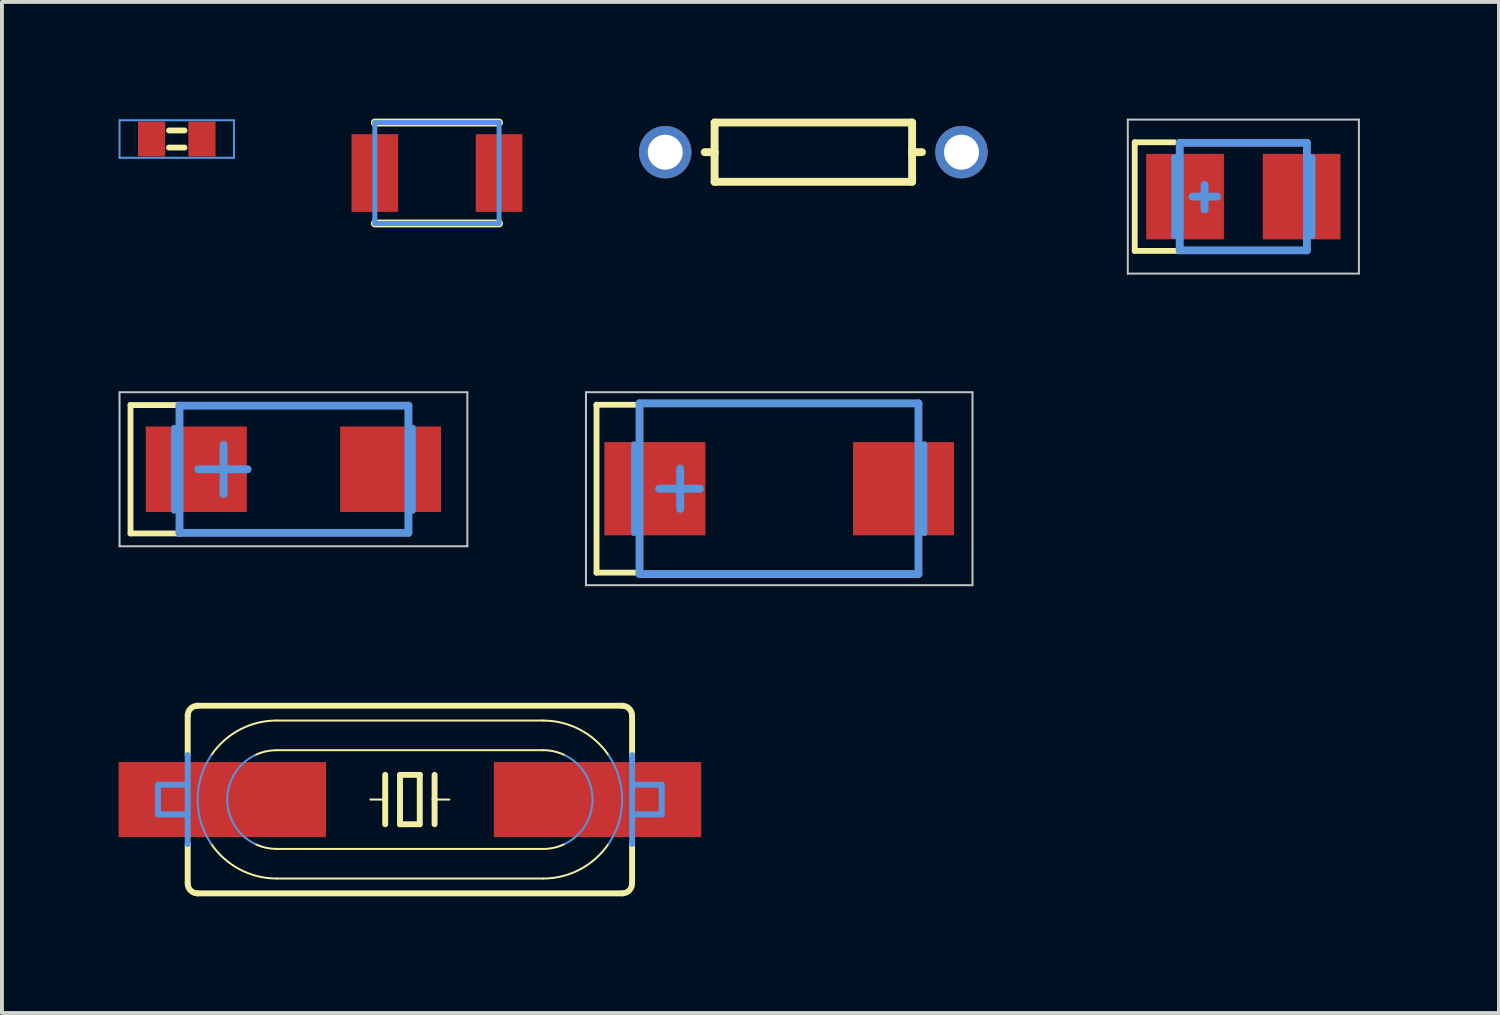
<source format=kicad_pcb>
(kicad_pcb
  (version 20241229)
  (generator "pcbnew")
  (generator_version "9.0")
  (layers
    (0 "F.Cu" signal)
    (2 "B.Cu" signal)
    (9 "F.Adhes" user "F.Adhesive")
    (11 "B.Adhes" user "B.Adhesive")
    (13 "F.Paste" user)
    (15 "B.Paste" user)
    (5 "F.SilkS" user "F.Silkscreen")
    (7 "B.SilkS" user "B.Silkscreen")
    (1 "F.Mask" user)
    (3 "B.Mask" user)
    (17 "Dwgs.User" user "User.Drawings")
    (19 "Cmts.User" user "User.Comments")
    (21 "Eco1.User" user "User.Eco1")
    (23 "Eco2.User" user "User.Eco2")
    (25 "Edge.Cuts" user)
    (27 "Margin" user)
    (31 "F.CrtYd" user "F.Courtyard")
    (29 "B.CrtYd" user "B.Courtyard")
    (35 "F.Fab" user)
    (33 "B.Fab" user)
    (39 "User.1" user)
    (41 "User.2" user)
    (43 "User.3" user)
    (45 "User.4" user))
  (footprint "1210"
    (layer "F.Cu")
    (at 8.189 1.4)
    (property "Reference" "1210" (at 0 0 0) (layer "Eco1.User") (effects (font (size 0.6 0.6) (thickness 0.1))))
    (attr through_hole)
    (fp_line (start -1.598 -1.298) (end 1.598 -1.298) (stroke (width 0.203) (type solid)) (layer "F.SilkS"))
    (fp_line (start -1.598 1.298) (end 1.598 1.298) (stroke (width 0.203) (type solid)) (layer "F.SilkS"))
    (fp_line (start -1.598 -1.298) (end 1.598 -1.298) (stroke (width 0.127) (type solid)) (layer "Cmts.User"))
    (fp_line (start -1.598 1.298) (end -1.598 -1.298) (stroke (width 0.127) (type solid)) (layer "Cmts.User"))
    (fp_line (start 1.598 -1.298) (end 1.598 1.298) (stroke (width 0.127) (type solid)) (layer "Cmts.User"))
    (fp_line (start 1.598 1.298) (end -1.598 1.298) (stroke (width 0.127) (type solid)) (layer "Cmts.User"))
    (pad "1" smd rect (at -1.598 0) (size 1.199 1.999) (layers "F.Cu" "F.Mask" "F.Paste"))
    (pad "2" smd rect (at 1.598 0) (size 1.199 1.999) (layers "F.Cu" "F.Mask" "F.Paste")))
  (footprint "CRYSTAL_HC49_SMD"
    (layer "F.Cu")
    (at 7.493 17.516)
    (property "Reference" "CRYSTAL_HC49_SMD" (at 0 -1.4 0) (layer "Eco1.User") (effects (font (size 0.6 0.6) (thickness 0.1))))
    (attr through_hole)
    (fp_line (start -5.715 -1.143) (end -5.715 -2.159) (stroke (width 0.152) (type solid)) (layer "F.SilkS"))
    (fp_line (start -5.715 2.159) (end -5.715 1.143) (stroke (width 0.152) (type solid)) (layer "F.SilkS"))
    (fp_line (start -3.429 -2.032) (end 3.429 -2.032) (stroke (width 0.051) (type solid)) (layer "F.SilkS"))
    (fp_line (start -3.429 -1.27) (end 3.429 -1.27) (stroke (width 0.051) (type solid)) (layer "F.SilkS"))
    (fp_line (start -0.635 -0.635) (end -0.635 0) (stroke (width 0.152) (type solid)) (layer "F.SilkS"))
    (fp_line (start -0.635 0) (end -1.016 0) (stroke (width 0.051) (type solid)) (layer "F.SilkS"))
    (fp_line (start -0.635 0) (end -0.635 0.635) (stroke (width 0.152) (type solid)) (layer "F.SilkS"))
    (fp_line (start -0.254 -0.635) (end -0.254 0.635) (stroke (width 0.152) (type solid)) (layer "F.SilkS"))
    (fp_line (start -0.254 0.635) (end 0.254 0.635) (stroke (width 0.152) (type solid)) (layer "F.SilkS"))
    (fp_line (start 0.254 -0.635) (end -0.254 -0.635) (stroke (width 0.152) (type solid)) (layer "F.SilkS"))
    (fp_line (start 0.254 0.635) (end 0.254 -0.635) (stroke (width 0.152) (type solid)) (layer "F.SilkS"))
    (fp_line (start 0.635 -0.635) (end 0.635 0) (stroke (width 0.152) (type solid)) (layer "F.SilkS"))
    (fp_line (start 0.635 0) (end 0.635 0.635) (stroke (width 0.152) (type solid)) (layer "F.SilkS"))
    (fp_line (start 0.635 0) (end 1.016 0) (stroke (width 0.051) (type solid)) (layer "F.SilkS"))
    (fp_line (start 3.429 1.27) (end -3.429 1.27) (stroke (width 0.051) (type solid)) (layer "F.SilkS"))
    (fp_line (start 3.429 2.032) (end -3.429 2.032) (stroke (width 0.051) (type solid)) (layer "F.SilkS"))
    (fp_line (start 5.461 -2.413) (end -5.461 -2.413) (stroke (width 0.152) (type solid)) (layer "F.SilkS"))
    (fp_line (start 5.461 2.413) (end -5.461 2.413) (stroke (width 0.152) (type solid)) (layer "F.SilkS"))
    (fp_line (start 5.715 -1.143) (end 5.715 -2.159) (stroke (width 0.152) (type solid)) (layer "F.SilkS"))
    (fp_line (start 5.715 2.159) (end 5.715 1.143) (stroke (width 0.152) (type solid)) (layer "F.SilkS"))
    (fp_arc (start -5.715 -2.159) (mid -5.640605 -2.338605) (end -5.461 -2.413) (stroke (width 0.1524) (type solid)) (layer "F.SilkS"))
    (fp_arc (start -5.461 2.413) (mid -5.640605 2.338605) (end -5.715 2.159) (stroke (width 0.1524) (type solid)) (layer "F.SilkS"))
    (fp_arc (start -5.10794 -1.143) (mid -4.379218 -1.796128) (end -3.429787 -2.033178) (stroke (width 0.0508) (type solid)) (layer "F.SilkS"))
    (fp_arc (start -3.98018 -1.143) (mid -3.711094 -1.237203) (end -3.427769 -1.268955) (stroke (width 0.0508) (type solid)) (layer "F.SilkS"))
    (fp_arc (start -3.430896 2.03108) (mid -4.379513 1.794942) (end -5.10794 1.143) (stroke (width 0.0508) (type solid)) (layer "F.SilkS"))
    (fp_arc (start -3.427769 1.268955) (mid -3.711094 1.237203) (end -3.98018 1.143) (stroke (width 0.0508) (type solid)) (layer "F.SilkS"))
    (fp_arc (start 3.429 -2.032) (mid 4.378266 -1.796641) (end 5.107632 -1.145085) (stroke (width 0.0508) (type solid)) (layer "F.SilkS"))
    (fp_arc (start 3.429 -1.27) (mid 3.712527 -1.237947) (end 3.981743 -1.143405) (stroke (width 0.0508) (type solid)) (layer "F.SilkS"))
    (fp_arc (start 3.981743 1.143405) (mid 3.712527 1.237947) (end 3.429 1.27) (stroke (width 0.0508) (type solid)) (layer "F.SilkS"))
    (fp_arc (start 5.106523 1.142987) (mid 4.377972 1.795454) (end 3.429 2.032) (stroke (width 0.0508) (type solid)) (layer "F.SilkS"))
    (fp_arc (start 5.461 -2.413) (mid 5.640605 -2.338605) (end 5.715 -2.159) (stroke (width 0.1524) (type solid)) (layer "F.SilkS"))
    (fp_arc (start 5.715 2.159) (mid 5.640605 2.338605) (end 5.461 2.413) (stroke (width 0.1524) (type solid)) (layer "F.SilkS"))
    (fp_line (start -6.477 0.381) (end -6.477 -0.381) (stroke (width 0.152) (type solid)) (layer "Cmts.User"))
    (fp_line (start -5.715 -0.381) (end -6.477 -0.381) (stroke (width 0.152) (type solid)) (layer "Cmts.User"))
    (fp_line (start -5.715 -0.381) (end -5.715 -1.143) (stroke (width 0.152) (type solid)) (layer "Cmts.User"))
    (fp_line (start -5.715 0.381) (end -6.477 0.381) (stroke (width 0.152) (type solid)) (layer "Cmts.User"))
    (fp_line (start -5.715 0.381) (end -5.715 -0.381) (stroke (width 0.152) (type solid)) (layer "Cmts.User"))
    (fp_line (start -5.715 1.143) (end -5.715 0.381) (stroke (width 0.152) (type solid)) (layer "Cmts.User"))
    (fp_line (start 5.715 -0.381) (end 6.477 -0.381) (stroke (width 0.152) (type solid)) (layer "Cmts.User"))
    (fp_line (start 5.715 0.381) (end 6.477 0.381) (stroke (width 0.152) (type solid)) (layer "Cmts.User"))
    (fp_line (start 5.715 1.143) (end 5.715 -1.143) (stroke (width 0.152) (type solid)) (layer "Cmts.User"))
    (fp_line (start 6.477 0.381) (end 6.477 -0.381) (stroke (width 0.152) (type solid)) (layer "Cmts.User"))
    (fp_arc (start -5.10794 1.143) (mid -5.46008 0.001649) (end -5.109794 -1.140273) (stroke (width 0.0508) (type solid)) (layer "Cmts.User"))
    (fp_arc (start -3.98018 1.143) (mid -4.697953 0.002339) (end -3.98439 -1.14096) (stroke (width 0.0508) (type solid)) (layer "Cmts.User"))
    (fp_arc (start 3.98439 -1.14096) (mid 4.697953 0.002339) (end 3.98018 1.143) (stroke (width 0.0508) (type solid)) (layer "Cmts.User"))
    (fp_arc (start 5.109794 -1.140273) (mid 5.460081 0.001649) (end 5.10794 1.143) (stroke (width 0.0508) (type solid)) (layer "Cmts.User"))
    (pad "1" smd rect (at -4.826 0) (size 5.334 1.93) (layers "F.Cu" "F.Mask" "F.Paste"))
    (pad "2" smd rect (at 4.826 0) (size 5.334 1.93) (layers "F.Cu" "F.Mask" "F.Paste")))
  (footprint "CAP_TANT_3528"
    (layer "F.Cu")
    (at 28.931 2.007)
    (property "Reference" "CAP_TANT_3528" (at 0 0 0) (layer "Eco1.User") (effects (font (size 0.6 0.6) (thickness 0.1))))
    (attr through_hole)
    (fp_line (start -2.794 1.397) (end -2.794 -1.397) (stroke (width 0.15) (type solid)) (layer "F.SilkS"))
    (fp_line (start -2.794 1.397) (end -1.651 1.397) (stroke (width 0.15) (type solid)) (layer "F.SilkS"))
    (fp_line (start -1.778 -1.397) (end -2.794 -1.397) (stroke (width 0.15) (type solid)) (layer "F.SilkS"))
    (fp_line (start -2.972 -1.981) (end 2.972 -1.981) (stroke (width 0.051) (type solid)) (layer "Dwgs.User"))
    (fp_line (start -2.972 1.981) (end -2.972 -1.981) (stroke (width 0.051) (type solid)) (layer "Dwgs.User"))
    (fp_line (start 2.972 -1.981) (end 2.972 1.981) (stroke (width 0.051) (type solid)) (layer "Dwgs.User"))
    (fp_line (start 2.972 1.981) (end -2.972 1.981) (stroke (width 0.051) (type solid)) (layer "Dwgs.User"))
    (fp_line (start -1.778 -1.016) (end -1.778 1.016) (stroke (width 0.152) (type solid)) (layer "Cmts.User"))
    (fp_line (start -1.636 1.382) (end -1.636 -1.382) (stroke (width 0.203) (type solid)) (layer "Cmts.User"))
    (fp_line (start -0.998 -0.3) (end -0.998 0.328) (stroke (width 0.203) (type solid)) (layer "Cmts.User"))
    (fp_line (start -0.678 0) (end -1.308 0) (stroke (width 0.203) (type solid)) (layer "Cmts.User"))
    (fp_line (start 1.636 -1.382) (end -1.636 -1.382) (stroke (width 0.203) (type solid)) (layer "Cmts.User"))
    (fp_line (start 1.636 1.382) (end -1.636 1.382) (stroke (width 0.203) (type solid)) (layer "Cmts.User"))
    (fp_line (start 1.636 1.382) (end 1.636 -1.382) (stroke (width 0.203) (type solid)) (layer "Cmts.User"))
    (fp_line (start 1.778 -1.016) (end 1.778 1.016) (stroke (width 0.152) (type solid)) (layer "Cmts.User"))
    (pad "1" smd rect (at -1.499 0) (size 1.999 2.2) (layers "F.Cu" "F.Mask" "F.Paste"))
    (pad "2" smd rect (at 1.499 0) (size 1.999 2.2) (layers "F.Cu" "F.Mask" "F.Paste")))
  (footprint "CAP_TANT_7343"
    (layer "F.Cu")
    (at 16.993 9.52)
    (property "Reference" "CAP_TANT_7343" (at 0 0 0) (layer "Eco1.User") (effects (font (size 0.6 0.6) (thickness 0.1))))
    (attr through_hole)
    (fp_line (start -4.699 -2.159) (end -3.556 -2.159) (stroke (width 0.15) (type solid)) (layer "F.SilkS"))
    (fp_line (start -4.699 2.159) (end -4.699 -2.159) (stroke (width 0.15) (type solid)) (layer "F.SilkS"))
    (fp_line (start -3.556 2.159) (end -4.699 2.159) (stroke (width 0.15) (type solid)) (layer "F.SilkS"))
    (fp_line (start -4.971 -2.482) (end 4.971 -2.482) (stroke (width 0.051) (type solid)) (layer "Dwgs.User"))
    (fp_line (start -4.971 2.482) (end -4.971 -2.482) (stroke (width 0.051) (type solid)) (layer "Dwgs.User"))
    (fp_line (start 4.971 -2.482) (end 4.971 2.482) (stroke (width 0.051) (type solid)) (layer "Dwgs.User"))
    (fp_line (start 4.971 2.482) (end -4.971 2.482) (stroke (width 0.051) (type solid)) (layer "Dwgs.User"))
    (fp_line (start -3.734 -1.143) (end -3.734 1.143) (stroke (width 0.152) (type solid)) (layer "Cmts.User"))
    (fp_line (start -3.592 2.195) (end -3.592 -2.195) (stroke (width 0.203) (type solid)) (layer "Cmts.User"))
    (fp_line (start -2.548 -0.518) (end -2.548 0.518) (stroke (width 0.203) (type solid)) (layer "Cmts.User"))
    (fp_line (start -2.04 0) (end -3.089 0) (stroke (width 0.203) (type solid)) (layer "Cmts.User"))
    (fp_line (start 3.581 -2.195) (end -3.592 -2.195) (stroke (width 0.203) (type solid)) (layer "Cmts.User"))
    (fp_line (start 3.581 2.195) (end -3.592 2.195) (stroke (width 0.203) (type solid)) (layer "Cmts.User"))
    (fp_line (start 3.581 2.195) (end 3.581 -2.195) (stroke (width 0.203) (type solid)) (layer "Cmts.User"))
    (fp_line (start 3.734 -1.143) (end 3.734 1.143) (stroke (width 0.152) (type solid)) (layer "Cmts.User"))
    (pad "1" smd rect (at -3.198 0) (size 2.598 2.398) (layers "F.Cu" "F.Mask" "F.Paste"))
    (pad "2" smd rect (at 3.198 0) (size 2.598 2.398) (layers "F.Cu" "F.Mask" "F.Paste")))
  (footprint "CAP_TANT_6032"
    (layer "F.Cu")
    (at 4.498 9.02)
    (property "Reference" "CAP_TANT_6032" (at 0 0 0) (layer "Eco1.User") (effects (font (size 0.6 0.6) (thickness 0.1))))
    (attr through_hole)
    (fp_line (start -4.191 -1.651) (end -4.191 1.651) (stroke (width 0.15) (type solid)) (layer "F.SilkS"))
    (fp_line (start -4.191 1.651) (end -2.921 1.651) (stroke (width 0.15) (type solid)) (layer "F.SilkS"))
    (fp_line (start -2.921 -1.651) (end -4.191 -1.651) (stroke (width 0.15) (type solid)) (layer "F.SilkS"))
    (fp_line (start -4.473 -1.981) (end 4.473 -1.981) (stroke (width 0.051) (type solid)) (layer "Dwgs.User"))
    (fp_line (start -4.473 1.981) (end -4.473 -1.981) (stroke (width 0.051) (type solid)) (layer "Dwgs.User"))
    (fp_line (start 4.473 -1.981) (end 4.473 1.981) (stroke (width 0.051) (type solid)) (layer "Dwgs.User"))
    (fp_line (start 4.473 1.981) (end -4.473 1.981) (stroke (width 0.051) (type solid)) (layer "Dwgs.User"))
    (fp_line (start -3.071 -1.067) (end -3.071 1.067) (stroke (width 0.152) (type solid)) (layer "Cmts.User"))
    (fp_line (start -2.931 1.636) (end -2.931 -1.636) (stroke (width 0.203) (type solid)) (layer "Cmts.User"))
    (fp_line (start -1.798 -0.63) (end -1.798 0.638) (stroke (width 0.203) (type solid)) (layer "Cmts.User"))
    (fp_line (start -1.179 0) (end -2.449 0) (stroke (width 0.203) (type solid)) (layer "Cmts.User"))
    (fp_line (start 2.957 -1.636) (end -2.931 -1.636) (stroke (width 0.203) (type solid)) (layer "Cmts.User"))
    (fp_line (start 2.957 1.636) (end -2.931 1.636) (stroke (width 0.203) (type solid)) (layer "Cmts.User"))
    (fp_line (start 2.957 1.636) (end 2.957 -1.636) (stroke (width 0.203) (type solid)) (layer "Cmts.User"))
    (fp_line (start 3.071 -1.067) (end 3.071 1.067) (stroke (width 0.152) (type solid)) (layer "Cmts.User"))
    (pad "1" smd rect (at -2.499 0) (size 2.598 2.2) (layers "F.Cu" "F.Mask" "F.Paste"))
    (pad "2" smd rect (at 2.499 0) (size 2.598 2.2) (layers "F.Cu" "F.Mask" "F.Paste")))
  (footprint "AXIAL-0.3"
    (layer "F.Cu")
    (at 17.871 0.864)
    (property "Reference" "AXIAL-0.3" (at 0 0 0) (layer "Eco1.User") (effects (font (size 0.6 0.6) (thickness 0.1))))
    (attr through_hole)
    (fp_line (start -2.54 -0.762) (end 2.54 -0.762) (stroke (width 0.203) (type solid)) (layer "F.SilkS"))
    (fp_line (start -2.54 0) (end -2.794 0) (stroke (width 0.203) (type solid)) (layer "F.SilkS"))
    (fp_line (start -2.54 0) (end -2.54 -0.762) (stroke (width 0.203) (type solid)) (layer "F.SilkS"))
    (fp_line (start -2.54 0.762) (end -2.54 0) (stroke (width 0.203) (type solid)) (layer "F.SilkS"))
    (fp_line (start 2.54 -0.762) (end 2.54 0) (stroke (width 0.203) (type solid)) (layer "F.SilkS"))
    (fp_line (start 2.54 0) (end 2.54 0.762) (stroke (width 0.203) (type solid)) (layer "F.SilkS"))
    (fp_line (start 2.54 0) (end 2.794 0) (stroke (width 0.203) (type solid)) (layer "F.SilkS"))
    (fp_line (start 2.54 0.762) (end -2.54 0.762) (stroke (width 0.203) (type solid)) (layer "F.SilkS"))
    (pad "1" thru_hole oval (at -3.81 0) (size 1.349 1.349) (drill 0.899) (layers "*.Cu" "*.Mask"))
    (pad "2" thru_hole oval (at 3.81 0) (size 1.349 1.349) (drill 0.899) (layers "*.Cu" "*.Mask")))
  (footprint "0402"
    (layer "F.Cu")
    (at 1.496 0.526)
    (property "Reference" "0402" (at 0 0 0) (layer "Eco1.User") (effects (font (size 0.6 0.6) (thickness 0.1))))
    (attr through_hole)
    (fp_line (start -0.2 -0.22) (end 0.2 -0.22) (stroke (width 0.15) (type solid)) (layer "F.SilkS"))
    (fp_line (start 0.2 0.22) (end -0.2 0.22) (stroke (width 0.15) (type solid)) (layer "F.SilkS"))
    (fp_line (start -1.471 -0.483) (end 1.471 -0.483) (stroke (width 0.051) (type solid)) (layer "Cmts.User"))
    (fp_line (start -1.471 0.483) (end -1.471 -0.483) (stroke (width 0.051) (type solid)) (layer "Cmts.User"))
    (fp_line (start 1.471 -0.483) (end 1.471 0.483) (stroke (width 0.051) (type solid)) (layer "Cmts.User"))
    (fp_line (start 1.471 0.483) (end -1.471 0.483) (stroke (width 0.051) (type solid)) (layer "Cmts.User"))
    (pad "1" smd rect (at -0.648 0) (size 0.699 0.899) (layers "F.Cu" "F.Mask" "F.Paste"))
    (pad "2" smd rect (at 0.648 0) (size 0.699 0.899) (layers "F.Cu" "F.Mask" "F.Paste")))
  (gr_rect
    (start -3 -3)
    (end 35.506 23.006)
    (stroke (width 0.1) (type default))
    (fill no)
    (layer "Edge.Cuts")))
</source>
